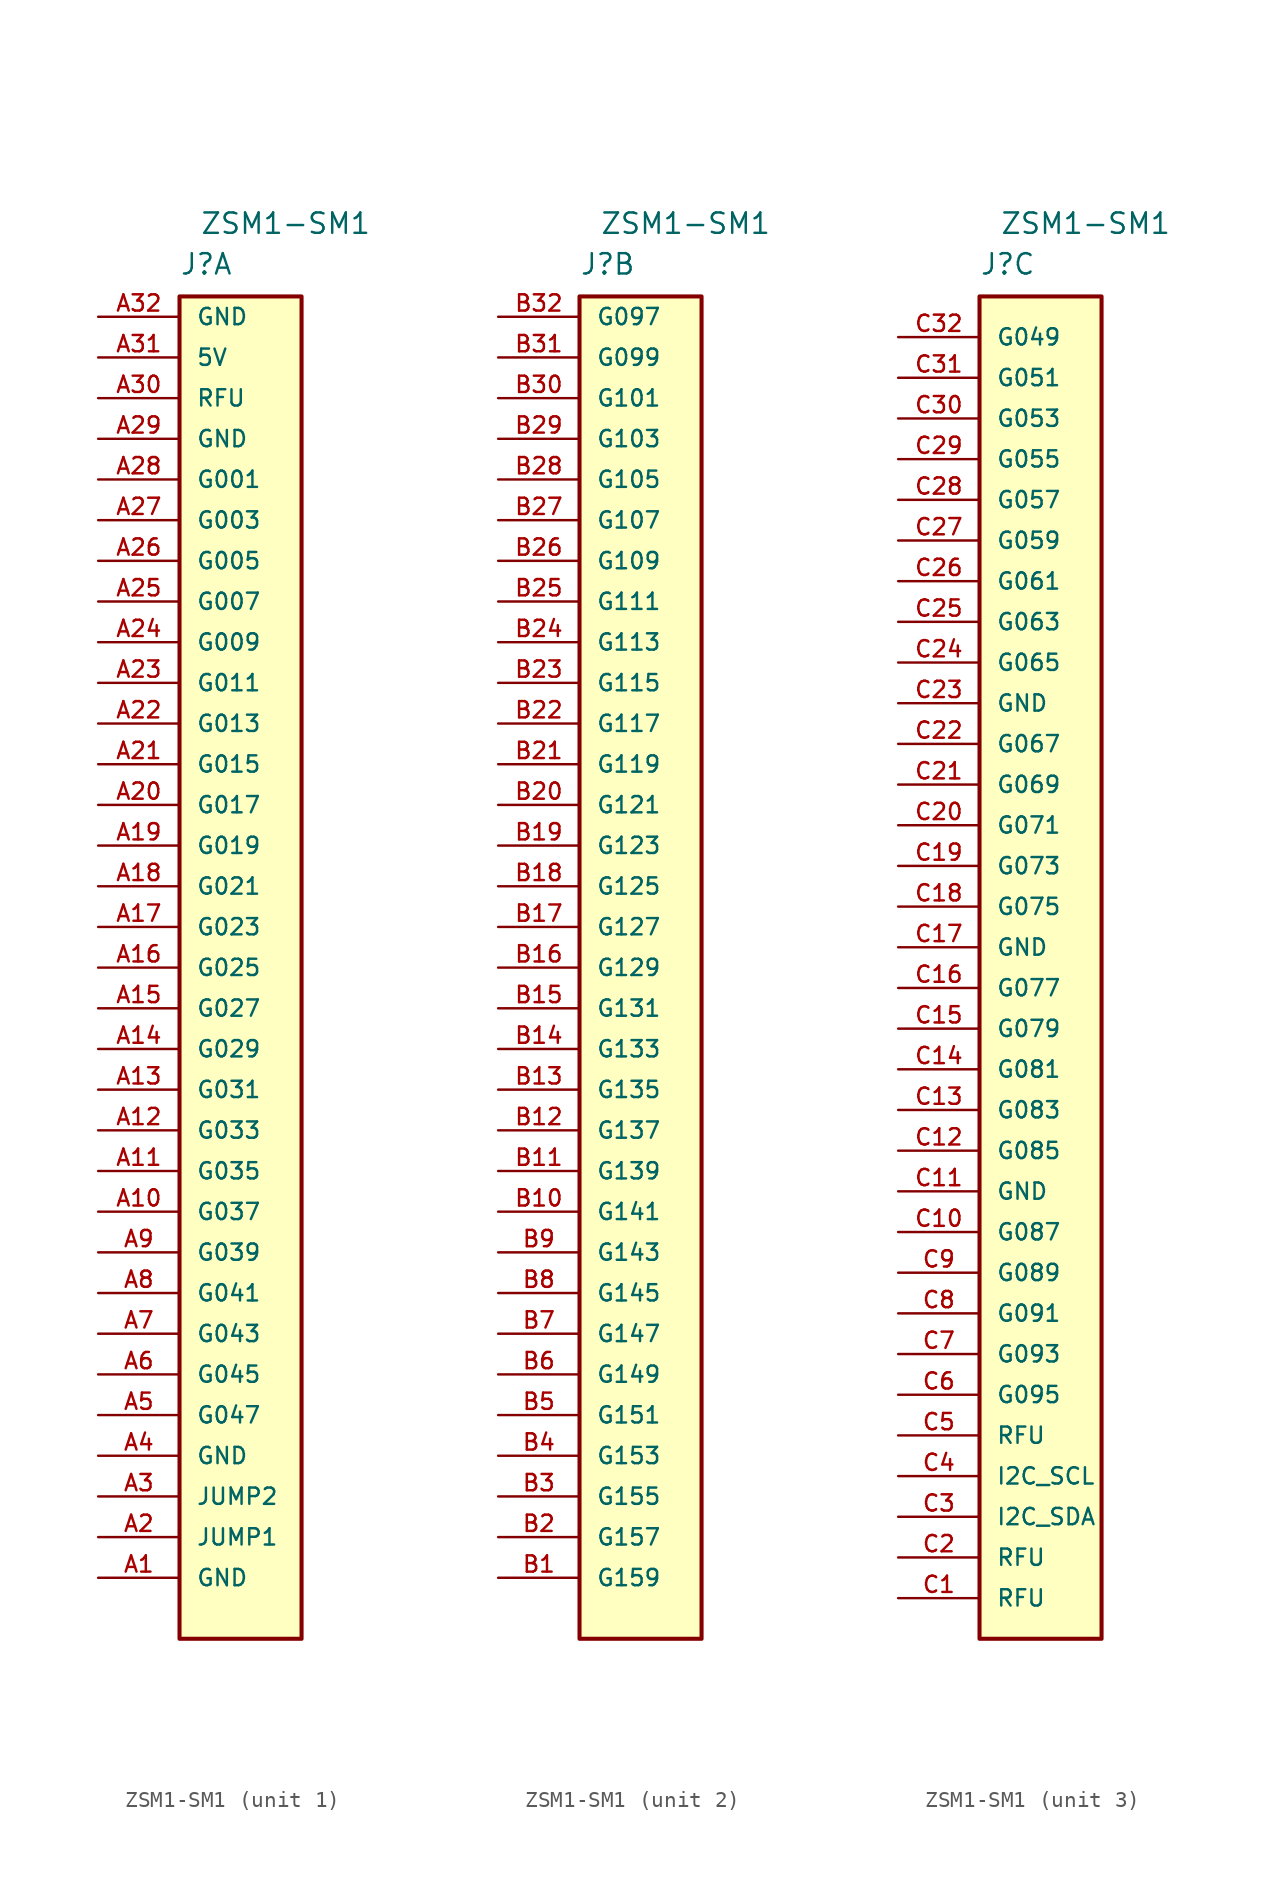
<source format=kicad_sym>
(kicad_symbol_lib
  (version 20211014)
  (generator kicad_symbol_editor)
  (symbol "ZSM1-SM1"
    (pin_names
      (offset 1.016))
    (property "Reference" "J"
      (at -7.62 44.45 0)
      (effects (font (size 1.27 1.27)) (justify left bottom)))
    (property "Value" "ZSM1-SM1"
      (at -6.35 46.99 0)
      (effects (font (size 1.27 1.27)) (justify left bottom)))
    (property "ki_locked" ""
      (at 0 0 0)
      (effects (font (size 1.27 1.27))))
    (symbol "ZSM1-SM1_0_0"
      (rectangle (start 0 43.18) (end -7.62 -40.64) (stroke (width 0.254) (type default) (color 0 0 0 0)) (fill (type background))))
    (symbol "ZSM1-SM1_1_0"
      (pin passive line (at -12.7 -36.83 0) (length 5.08) (name "GND" (effects (font (size 1.016 1.016)))) (number "A1" (effects (font (size 1.016 1.016)))))
      (pin passive line (at -12.7 -13.97 0) (length 5.08) (name "G037" (effects (font (size 1.016 1.016)))) (number "A10" (effects (font (size 1.016 1.016)))))
      (pin passive line (at -12.7 -11.43 0) (length 5.08) (name "G035" (effects (font (size 1.016 1.016)))) (number "A11" (effects (font (size 1.016 1.016)))))
      (pin passive line (at -12.7 -8.89 0) (length 5.08) (name "G033" (effects (font (size 1.016 1.016)))) (number "A12" (effects (font (size 1.016 1.016)))))
      (pin passive line (at -12.7 -6.35 0) (length 5.08) (name "G031" (effects (font (size 1.016 1.016)))) (number "A13" (effects (font (size 1.016 1.016)))))
      (pin passive line (at -12.7 -3.81 0) (length 5.08) (name "G029" (effects (font (size 1.016 1.016)))) (number "A14" (effects (font (size 1.016 1.016)))))
      (pin passive line (at -12.7 -1.27 0) (length 5.08) (name "G027" (effects (font (size 1.016 1.016)))) (number "A15" (effects (font (size 1.016 1.016)))))
      (pin passive line (at -12.7 1.27 0) (length 5.08) (name "G025" (effects (font (size 1.016 1.016)))) (number "A16" (effects (font (size 1.016 1.016)))))
      (pin passive line (at -12.7 3.81 0) (length 5.08) (name "G023" (effects (font (size 1.016 1.016)))) (number "A17" (effects (font (size 1.016 1.016)))))
      (pin passive line (at -12.7 6.35 0) (length 5.08) (name "G021" (effects (font (size 1.016 1.016)))) (number "A18" (effects (font (size 1.016 1.016)))))
      (pin passive line (at -12.7 8.89 0) (length 5.08) (name "G019" (effects (font (size 1.016 1.016)))) (number "A19" (effects (font (size 1.016 1.016)))))
      (pin passive line (at -12.7 -34.29 0) (length 5.08) (name "JUMP1" (effects (font (size 1.016 1.016)))) (number "A2" (effects (font (size 1.016 1.016)))))
      (pin passive line (at -12.7 11.43 0) (length 5.08) (name "G017" (effects (font (size 1.016 1.016)))) (number "A20" (effects (font (size 1.016 1.016)))))
      (pin passive line (at -12.7 13.97 0) (length 5.08) (name "G015" (effects (font (size 1.016 1.016)))) (number "A21" (effects (font (size 1.016 1.016)))))
      (pin passive line (at -12.7 16.51 0) (length 5.08) (name "G013" (effects (font (size 1.016 1.016)))) (number "A22" (effects (font (size 1.016 1.016)))))
      (pin passive line (at -12.7 19.05 0) (length 5.08) (name "G011" (effects (font (size 1.016 1.016)))) (number "A23" (effects (font (size 1.016 1.016)))))
      (pin passive line (at -12.7 21.59 0) (length 5.08) (name "G009" (effects (font (size 1.016 1.016)))) (number "A24" (effects (font (size 1.016 1.016)))))
      (pin passive line (at -12.7 24.13 0) (length 5.08) (name "G007" (effects (font (size 1.016 1.016)))) (number "A25" (effects (font (size 1.016 1.016)))))
      (pin passive line (at -12.7 26.67 0) (length 5.08) (name "G005" (effects (font (size 1.016 1.016)))) (number "A26" (effects (font (size 1.016 1.016)))))
      (pin passive line (at -12.7 29.21 0) (length 5.08) (name "G003" (effects (font (size 1.016 1.016)))) (number "A27" (effects (font (size 1.016 1.016)))))
      (pin passive line (at -12.7 31.75 0) (length 5.08) (name "G001" (effects (font (size 1.016 1.016)))) (number "A28" (effects (font (size 1.016 1.016)))))
      (pin passive line (at -12.7 34.29 0) (length 5.08) (name "GND" (effects (font (size 1.016 1.016)))) (number "A29" (effects (font (size 1.016 1.016)))))
      (pin passive line (at -12.7 -31.75 0) (length 5.08) (name "JUMP2" (effects (font (size 1.016 1.016)))) (number "A3" (effects (font (size 1.016 1.016)))))
      (pin passive line (at -12.7 36.83 0) (length 5.08) (name "RFU" (effects (font (size 1.016 1.016)))) (number "A30" (effects (font (size 1.016 1.016)))))
      (pin passive line (at -12.7 39.37 0) (length 5.08) (name "5V" (effects (font (size 1.016 1.016)))) (number "A31" (effects (font (size 1.016 1.016)))))
      (pin passive line (at -12.7 41.91 0) (length 5.08) (name "GND" (effects (font (size 1.016 1.016)))) (number "A32" (effects (font (size 1.016 1.016)))))
      (pin passive line (at -12.7 -29.21 0) (length 5.08) (name "GND" (effects (font (size 1.016 1.016)))) (number "A4" (effects (font (size 1.016 1.016)))))
      (pin passive line (at -12.7 -26.67 0) (length 5.08) (name "G047" (effects (font (size 1.016 1.016)))) (number "A5" (effects (font (size 1.016 1.016)))))
      (pin passive line (at -12.7 -24.13 0) (length 5.08) (name "G045" (effects (font (size 1.016 1.016)))) (number "A6" (effects (font (size 1.016 1.016)))))
      (pin passive line (at -12.7 -21.59 0) (length 5.08) (name "G043" (effects (font (size 1.016 1.016)))) (number "A7" (effects (font (size 1.016 1.016)))))
      (pin passive line (at -12.7 -19.05 0) (length 5.08) (name "G041" (effects (font (size 1.016 1.016)))) (number "A8" (effects (font (size 1.016 1.016)))))
      (pin passive line (at -12.7 -16.51 0) (length 5.08) (name "G039" (effects (font (size 1.016 1.016)))) (number "A9" (effects (font (size 1.016 1.016))))))
    (symbol "ZSM1-SM1_2_0"
      (pin passive line (at -12.7 -36.83 0) (length 5.08) (name "G159" (effects (font (size 1.016 1.016)))) (number "B1" (effects (font (size 1.016 1.016)))))
      (pin passive line (at -12.7 -13.97 0) (length 5.08) (name "G141" (effects (font (size 1.016 1.016)))) (number "B10" (effects (font (size 1.016 1.016)))))
      (pin passive line (at -12.7 -11.43 0) (length 5.08) (name "G139" (effects (font (size 1.016 1.016)))) (number "B11" (effects (font (size 1.016 1.016)))))
      (pin passive line (at -12.7 -8.89 0) (length 5.08) (name "G137" (effects (font (size 1.016 1.016)))) (number "B12" (effects (font (size 1.016 1.016)))))
      (pin passive line (at -12.7 -6.35 0) (length 5.08) (name "G135" (effects (font (size 1.016 1.016)))) (number "B13" (effects (font (size 1.016 1.016)))))
      (pin passive line (at -12.7 -3.81 0) (length 5.08) (name "G133" (effects (font (size 1.016 1.016)))) (number "B14" (effects (font (size 1.016 1.016)))))
      (pin passive line (at -12.7 -1.27 0) (length 5.08) (name "G131" (effects (font (size 1.016 1.016)))) (number "B15" (effects (font (size 1.016 1.016)))))
      (pin passive line (at -12.7 1.27 0) (length 5.08) (name "G129" (effects (font (size 1.016 1.016)))) (number "B16" (effects (font (size 1.016 1.016)))))
      (pin passive line (at -12.7 3.81 0) (length 5.08) (name "G127" (effects (font (size 1.016 1.016)))) (number "B17" (effects (font (size 1.016 1.016)))))
      (pin passive line (at -12.7 6.35 0) (length 5.08) (name "G125" (effects (font (size 1.016 1.016)))) (number "B18" (effects (font (size 1.016 1.016)))))
      (pin passive line (at -12.7 8.89 0) (length 5.08) (name "G123" (effects (font (size 1.016 1.016)))) (number "B19" (effects (font (size 1.016 1.016)))))
      (pin passive line (at -12.7 -34.29 0) (length 5.08) (name "G157" (effects (font (size 1.016 1.016)))) (number "B2" (effects (font (size 1.016 1.016)))))
      (pin passive line (at -12.7 11.43 0) (length 5.08) (name "G121" (effects (font (size 1.016 1.016)))) (number "B20" (effects (font (size 1.016 1.016)))))
      (pin passive line (at -12.7 13.97 0) (length 5.08) (name "G119" (effects (font (size 1.016 1.016)))) (number "B21" (effects (font (size 1.016 1.016)))))
      (pin passive line (at -12.7 16.51 0) (length 5.08) (name "G117" (effects (font (size 1.016 1.016)))) (number "B22" (effects (font (size 1.016 1.016)))))
      (pin passive line (at -12.7 19.05 0) (length 5.08) (name "G115" (effects (font (size 1.016 1.016)))) (number "B23" (effects (font (size 1.016 1.016)))))
      (pin passive line (at -12.7 21.59 0) (length 5.08) (name "G113" (effects (font (size 1.016 1.016)))) (number "B24" (effects (font (size 1.016 1.016)))))
      (pin passive line (at -12.7 24.13 0) (length 5.08) (name "G111" (effects (font (size 1.016 1.016)))) (number "B25" (effects (font (size 1.016 1.016)))))
      (pin passive line (at -12.7 26.67 0) (length 5.08) (name "G109" (effects (font (size 1.016 1.016)))) (number "B26" (effects (font (size 1.016 1.016)))))
      (pin passive line (at -12.7 29.21 0) (length 5.08) (name "G107" (effects (font (size 1.016 1.016)))) (number "B27" (effects (font (size 1.016 1.016)))))
      (pin passive line (at -12.7 31.75 0) (length 5.08) (name "G105" (effects (font (size 1.016 1.016)))) (number "B28" (effects (font (size 1.016 1.016)))))
      (pin passive line (at -12.7 34.29 0) (length 5.08) (name "G103" (effects (font (size 1.016 1.016)))) (number "B29" (effects (font (size 1.016 1.016)))))
      (pin passive line (at -12.7 -31.75 0) (length 5.08) (name "G155" (effects (font (size 1.016 1.016)))) (number "B3" (effects (font (size 1.016 1.016)))))
      (pin passive line (at -12.7 36.83 0) (length 5.08) (name "G101" (effects (font (size 1.016 1.016)))) (number "B30" (effects (font (size 1.016 1.016)))))
      (pin passive line (at -12.7 39.37 0) (length 5.08) (name "G099" (effects (font (size 1.016 1.016)))) (number "B31" (effects (font (size 1.016 1.016)))))
      (pin passive line (at -12.7 41.91 0) (length 5.08) (name "G097" (effects (font (size 1.016 1.016)))) (number "B32" (effects (font (size 1.016 1.016)))))
      (pin passive line (at -12.7 -29.21 0) (length 5.08) (name "G153" (effects (font (size 1.016 1.016)))) (number "B4" (effects (font (size 1.016 1.016)))))
      (pin passive line (at -12.7 -26.67 0) (length 5.08) (name "G151" (effects (font (size 1.016 1.016)))) (number "B5" (effects (font (size 1.016 1.016)))))
      (pin passive line (at -12.7 -24.13 0) (length 5.08) (name "G149" (effects (font (size 1.016 1.016)))) (number "B6" (effects (font (size 1.016 1.016)))))
      (pin passive line (at -12.7 -21.59 0) (length 5.08) (name "G147" (effects (font (size 1.016 1.016)))) (number "B7" (effects (font (size 1.016 1.016)))))
      (pin passive line (at -12.7 -19.05 0) (length 5.08) (name "G145" (effects (font (size 1.016 1.016)))) (number "B8" (effects (font (size 1.016 1.016)))))
      (pin passive line (at -12.7 -16.51 0) (length 5.08) (name "G143" (effects (font (size 1.016 1.016)))) (number "B9" (effects (font (size 1.016 1.016))))))
    (symbol "ZSM1-SM1_3_0"
      (pin passive line (at -12.7 -38.1 0) (length 5.08) (name "RFU" (effects (font (size 1.016 1.016)))) (number "C1" (effects (font (size 1.016 1.016)))))
      (pin passive line (at -12.7 -15.24 0) (length 5.08) (name "G087" (effects (font (size 1.016 1.016)))) (number "C10" (effects (font (size 1.016 1.016)))))
      (pin passive line (at -12.7 -12.7 0) (length 5.08) (name "GND" (effects (font (size 1.016 1.016)))) (number "C11" (effects (font (size 1.016 1.016)))))
      (pin passive line (at -12.7 -10.16 0) (length 5.08) (name "G085" (effects (font (size 1.016 1.016)))) (number "C12" (effects (font (size 1.016 1.016)))))
      (pin passive line (at -12.7 -7.62 0) (length 5.08) (name "G083" (effects (font (size 1.016 1.016)))) (number "C13" (effects (font (size 1.016 1.016)))))
      (pin passive line (at -12.7 -5.08 0) (length 5.08) (name "G081" (effects (font (size 1.016 1.016)))) (number "C14" (effects (font (size 1.016 1.016)))))
      (pin passive line (at -12.7 -2.54 0) (length 5.08) (name "G079" (effects (font (size 1.016 1.016)))) (number "C15" (effects (font (size 1.016 1.016)))))
      (pin passive line (at -12.7 0 0) (length 5.08) (name "G077" (effects (font (size 1.016 1.016)))) (number "C16" (effects (font (size 1.016 1.016)))))
      (pin passive line (at -12.7 2.54 0) (length 5.08) (name "GND" (effects (font (size 1.016 1.016)))) (number "C17" (effects (font (size 1.016 1.016)))))
      (pin passive line (at -12.7 5.08 0) (length 5.08) (name "G075" (effects (font (size 1.016 1.016)))) (number "C18" (effects (font (size 1.016 1.016)))))
      (pin passive line (at -12.7 7.62 0) (length 5.08) (name "G073" (effects (font (size 1.016 1.016)))) (number "C19" (effects (font (size 1.016 1.016)))))
      (pin passive line (at -12.7 -35.56 0) (length 5.08) (name "RFU" (effects (font (size 1.016 1.016)))) (number "C2" (effects (font (size 1.016 1.016)))))
      (pin passive line (at -12.7 10.16 0) (length 5.08) (name "G071" (effects (font (size 1.016 1.016)))) (number "C20" (effects (font (size 1.016 1.016)))))
      (pin passive line (at -12.7 12.7 0) (length 5.08) (name "G069" (effects (font (size 1.016 1.016)))) (number "C21" (effects (font (size 1.016 1.016)))))
      (pin passive line (at -12.7 15.24 0) (length 5.08) (name "G067" (effects (font (size 1.016 1.016)))) (number "C22" (effects (font (size 1.016 1.016)))))
      (pin passive line (at -12.7 17.78 0) (length 5.08) (name "GND" (effects (font (size 1.016 1.016)))) (number "C23" (effects (font (size 1.016 1.016)))))
      (pin passive line (at -12.7 20.32 0) (length 5.08) (name "G065" (effects (font (size 1.016 1.016)))) (number "C24" (effects (font (size 1.016 1.016)))))
      (pin passive line (at -12.7 22.86 0) (length 5.08) (name "G063" (effects (font (size 1.016 1.016)))) (number "C25" (effects (font (size 1.016 1.016)))))
      (pin passive line (at -12.7 25.4 0) (length 5.08) (name "G061" (effects (font (size 1.016 1.016)))) (number "C26" (effects (font (size 1.016 1.016)))))
      (pin passive line (at -12.7 27.94 0) (length 5.08) (name "G059" (effects (font (size 1.016 1.016)))) (number "C27" (effects (font (size 1.016 1.016)))))
      (pin passive line (at -12.7 30.48 0) (length 5.08) (name "G057" (effects (font (size 1.016 1.016)))) (number "C28" (effects (font (size 1.016 1.016)))))
      (pin passive line (at -12.7 33.02 0) (length 5.08) (name "G055" (effects (font (size 1.016 1.016)))) (number "C29" (effects (font (size 1.016 1.016)))))
      (pin passive line (at -12.7 -33.02 0) (length 5.08) (name "I2C_SDA" (effects (font (size 1.016 1.016)))) (number "C3" (effects (font (size 1.016 1.016)))))
      (pin passive line (at -12.7 35.56 0) (length 5.08) (name "G053" (effects (font (size 1.016 1.016)))) (number "C30" (effects (font (size 1.016 1.016)))))
      (pin passive line (at -12.7 38.1 0) (length 5.08) (name "G051" (effects (font (size 1.016 1.016)))) (number "C31" (effects (font (size 1.016 1.016)))))
      (pin passive line (at -12.7 40.64 0) (length 5.08) (name "G049" (effects (font (size 1.016 1.016)))) (number "C32" (effects (font (size 1.016 1.016)))))
      (pin passive line (at -12.7 -30.48 0) (length 5.08) (name "I2C_SCL" (effects (font (size 1.016 1.016)))) (number "C4" (effects (font (size 1.016 1.016)))))
      (pin passive line (at -12.7 -27.94 0) (length 5.08) (name "RFU" (effects (font (size 1.016 1.016)))) (number "C5" (effects (font (size 1.016 1.016)))))
      (pin passive line (at -12.7 -25.4 0) (length 5.08) (name "G095" (effects (font (size 1.016 1.016)))) (number "C6" (effects (font (size 1.016 1.016)))))
      (pin passive line (at -12.7 -22.86 0) (length 5.08) (name "G093" (effects (font (size 1.016 1.016)))) (number "C7" (effects (font (size 1.016 1.016)))))
      (pin passive line (at -12.7 -20.32 0) (length 5.08) (name "G091" (effects (font (size 1.016 1.016)))) (number "C8" (effects (font (size 1.016 1.016)))))
      (pin passive line (at -12.7 -17.78 0) (length 5.08) (name "G089" (effects (font (size 1.016 1.016)))) (number "C9" (effects (font (size 1.016 1.016))))))))
</source>
